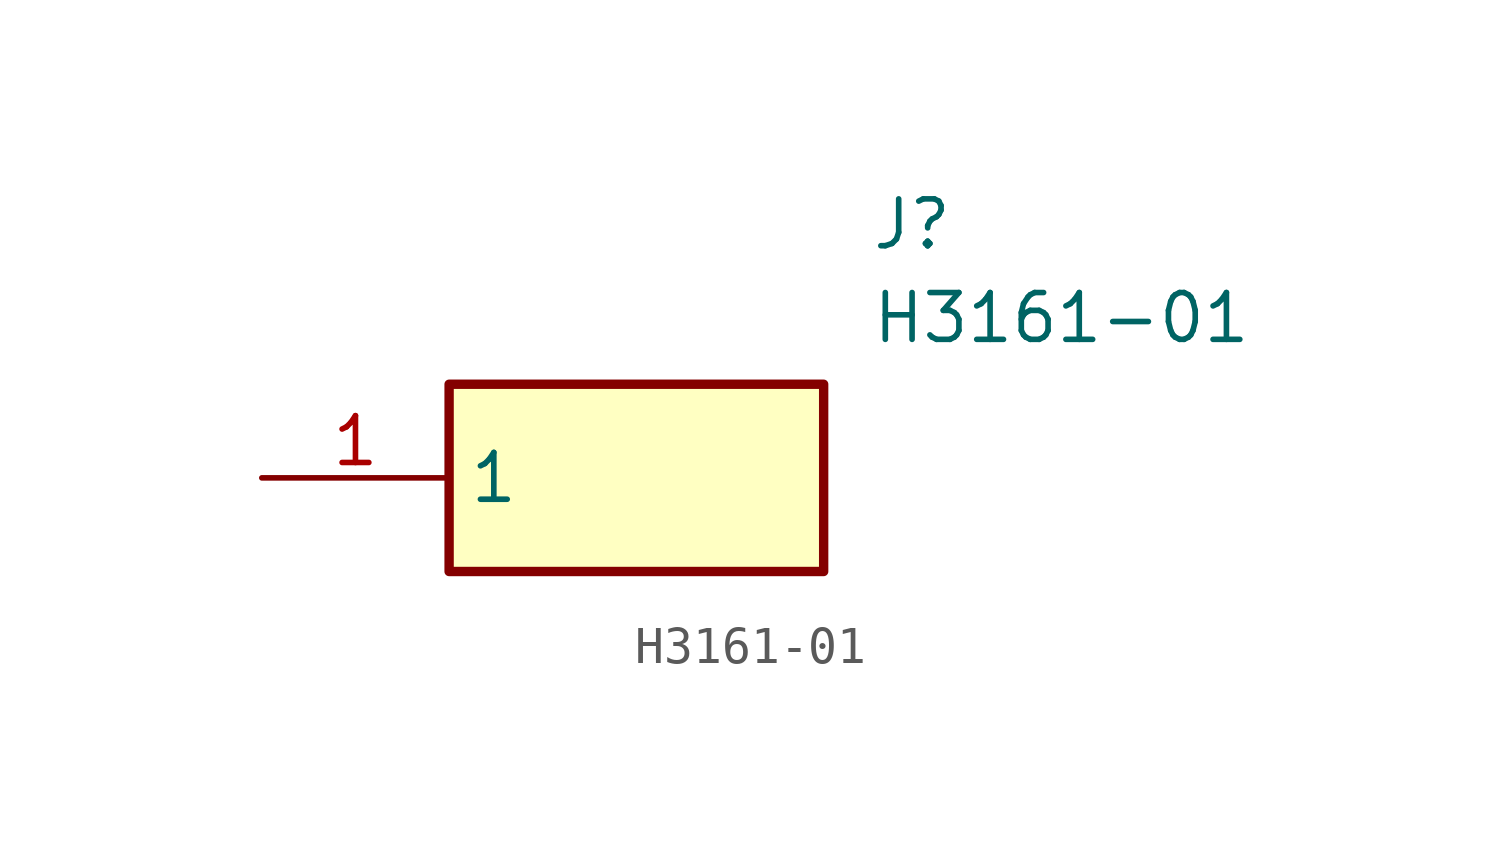
<source format=kicad_sym>
(kicad_symbol_lib
  (version 20211014)
  (generator SamacSys_ECAD_Model)
  (symbol "H3161-01"
    (property "Reference" "J"
      (at 16.51 7.62 0)
      (effects (font (size 1.27 1.27)) (justify left top)))
    (property "Value" "H3161-01"
      (at 16.51 5.08 0)
      (effects (font (size 1.27 1.27)) (justify left top)))
    (rectangle
      (start 5.08 2.54)
      (end 15.24 -2.54)
      (stroke (width 0.254) (type default))
      (fill (type background)))
    (pin passive line
      (at 0 0 0)
      (length 5.08)
      (name "1" (effects (font (size 1.27 1.27))))
      (number "1" (effects (font (size 1.27 1.27)))))))
</source>
